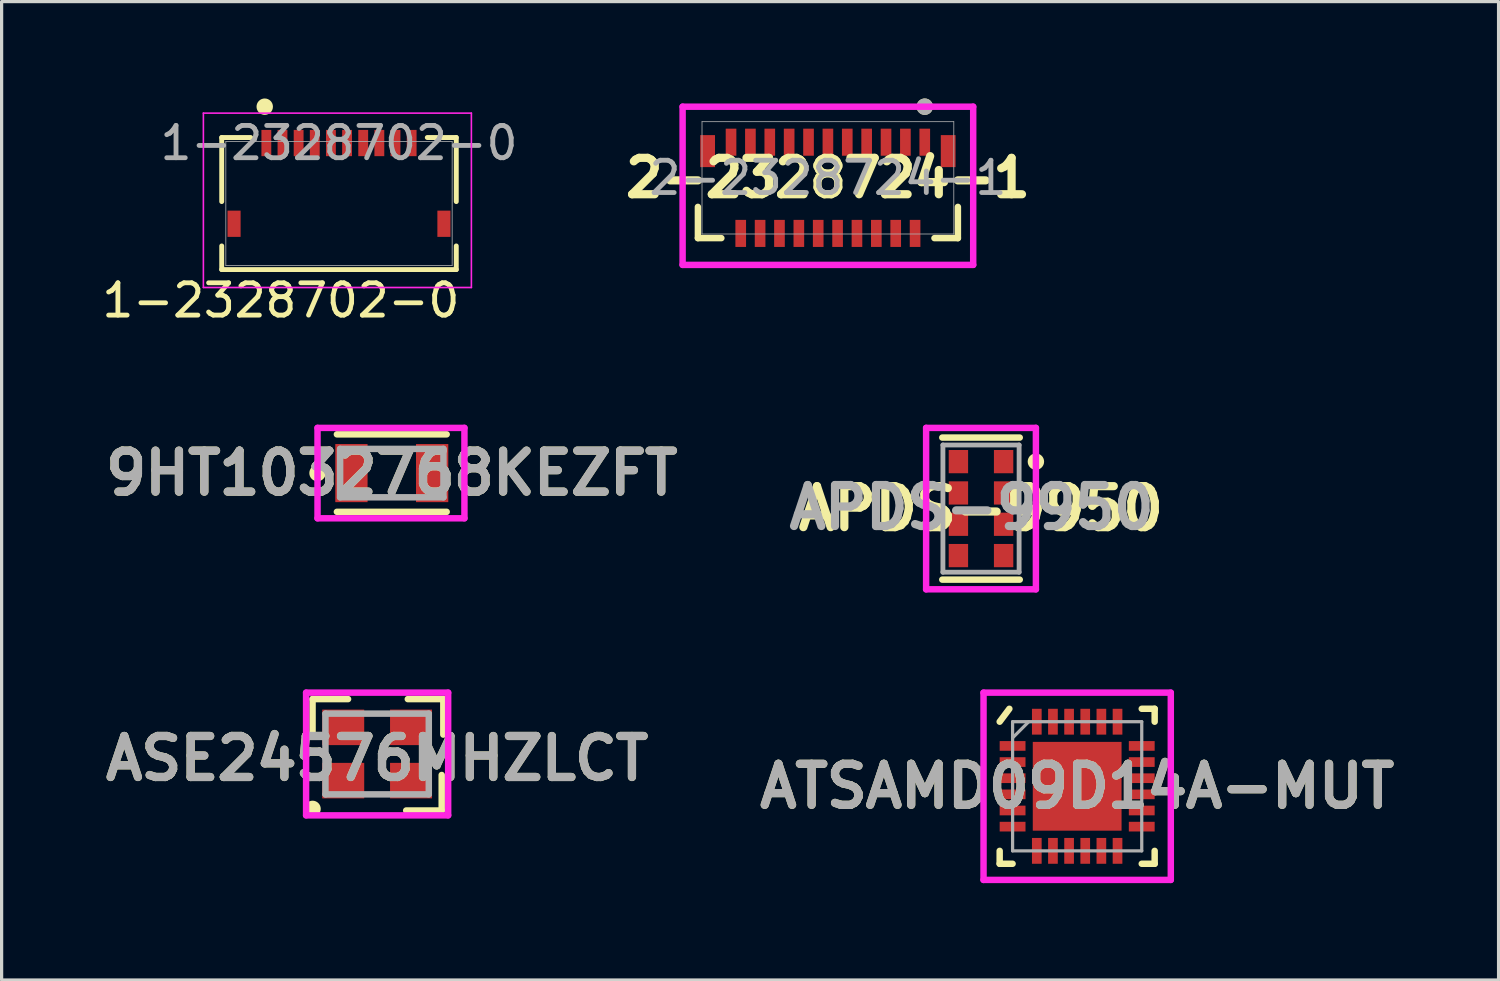
<source format=kicad_pcb>
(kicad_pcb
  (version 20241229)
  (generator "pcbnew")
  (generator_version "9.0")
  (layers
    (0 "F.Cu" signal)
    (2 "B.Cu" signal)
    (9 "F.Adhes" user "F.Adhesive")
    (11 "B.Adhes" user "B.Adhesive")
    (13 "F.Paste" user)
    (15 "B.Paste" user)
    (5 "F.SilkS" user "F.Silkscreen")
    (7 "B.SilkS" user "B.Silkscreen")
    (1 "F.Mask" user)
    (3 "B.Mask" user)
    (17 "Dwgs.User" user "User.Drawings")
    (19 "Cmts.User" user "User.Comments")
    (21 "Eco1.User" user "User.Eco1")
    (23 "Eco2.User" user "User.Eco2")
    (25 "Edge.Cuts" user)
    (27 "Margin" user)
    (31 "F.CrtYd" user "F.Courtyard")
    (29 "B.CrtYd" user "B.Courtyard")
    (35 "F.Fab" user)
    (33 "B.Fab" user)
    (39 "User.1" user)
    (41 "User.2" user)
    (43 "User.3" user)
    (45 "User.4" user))
  (footprint "ASE24576MHZLCT"
    (layer "F.Cu")
    (at 8.63 20.302)
    (property "Reference" "ASE24576MHZLCT" (at 0 0.138 0) (layer "F.SilkS") (effects (font (size 1.27 1.27) (thickness 0.254))))
    (attr smd)
    (fp_line (start -2 -1.7) (end -0.9 -1.7) (stroke (width 0.2) (type default)) (layer "F.SilkS"))
    (fp_line (start -2 -0.6) (end -2 -1.7) (stroke (width 0.2) (type default)) (layer "F.SilkS"))
    (fp_line (start 0.95 -1.7) (end 2.05 -1.7) (stroke (width 0.2) (type default)) (layer "F.SilkS"))
    (fp_line (start 2 0.65) (end 2 1.75) (stroke (width 0.2) (type default)) (layer "F.SilkS"))
    (fp_line (start 2 1.75) (end 0.9 1.75) (stroke (width 0.2) (type default)) (layer "F.SilkS"))
    (fp_line (start 2.05 -1.7) (end 2.05 -0.6) (stroke (width 0.2) (type default)) (layer "F.SilkS"))
    (fp_circle (center -2 1.7) (end -1.873 1.7) (stroke (width 0.254) (type solid)) (fill no) (layer "F.SilkS"))
    (fp_line (start -2.2 -1.9) (end 2.2 -1.9) (stroke (width 0.2) (type solid)) (layer "F.CrtYd"))
    (fp_line (start -2.2 1.9) (end -2.2 -1.9) (stroke (width 0.2) (type solid)) (layer "F.CrtYd"))
    (fp_line (start 2.2 -1.9) (end 2.2 1.9) (stroke (width 0.2) (type solid)) (layer "F.CrtYd"))
    (fp_line (start 2.2 1.9) (end -2.2 1.9) (stroke (width 0.2) (type solid)) (layer "F.CrtYd"))
    (fp_line (start -1.6 -1.25) (end 1.6 -1.25) (stroke (width 0.2) (type solid)) (layer "F.Fab"))
    (fp_line (start -1.6 1.25) (end -1.6 -1.25) (stroke (width 0.2) (type solid)) (layer "F.Fab"))
    (fp_line (start 1.6 -1.25) (end 1.6 1.25) (stroke (width 0.2) (type solid)) (layer "F.Fab"))
    (fp_line (start 1.6 1.25) (end -1.6 1.25) (stroke (width 0.2) (type solid)) (layer "F.Fab"))
    (fp_text user "${REFERENCE}" (at 0 0.138 0) (layer "F.Fab") (effects (font (size 1.27 1.27) (thickness 0.254))))
    (pad "1" smd rect (at -1.05 0.825 90) (size 1.1 1.3) (layers "F.Cu" "F.Mask" "F.Paste"))
    (pad "2" smd rect (at 1.05 0.825 90) (size 1.1 1.3) (layers "F.Cu" "F.Mask" "F.Paste"))
    (pad "3" smd rect (at 1.05 -0.825 90) (size 1.1 1.3) (layers "F.Cu" "F.Mask" "F.Paste"))
    (pad "4" smd rect (at -1.05 -0.825 90) (size 1.1 1.3) (layers "F.Cu" "F.Mask" "F.Paste")))
  (footprint "9HT1032768KEZFT"
    (layer "F.Cu")
    (at 9.084 11.602)
    (property "Reference" "9HT1032768KEZFT" (at 0 0 0) (layer "F.SilkS") (effects (font (size 1.27 1.27) (thickness 0.254))))
    (attr smd)
    (fp_line (start -1.7 -1.2) (end 1.7 -1.2) (stroke (width 0.2) (type solid)) (layer "F.SilkS"))
    (fp_line (start -1.7 1.2) (end 1.7 1.2) (stroke (width 0.2) (type solid)) (layer "F.SilkS"))
    (fp_circle (center -2.3 0) (end -2.173 0) (stroke (width 0.254) (type default)) (fill no) (layer "F.SilkS"))
    (fp_line (start -2.3 -1.4) (end 2.25 -1.4) (stroke (width 0.2) (type solid)) (layer "F.CrtYd"))
    (fp_line (start -2.3 1.4) (end -2.3 -1.4) (stroke (width 0.2) (type solid)) (layer "F.CrtYd"))
    (fp_line (start 2.25 -1.4) (end 2.25 1.4) (stroke (width 0.2) (type solid)) (layer "F.CrtYd"))
    (fp_line (start 2.25 1.4) (end -2.3 1.4) (stroke (width 0.2) (type solid)) (layer "F.CrtYd"))
    (fp_line (start -1.6 -0.75) (end 1.6 -0.75) (stroke (width 0.2) (type solid)) (layer "F.Fab"))
    (fp_line (start -1.6 0.75) (end -1.6 -0.75) (stroke (width 0.2) (type solid)) (layer "F.Fab"))
    (fp_line (start 1.6 -0.75) (end 1.6 0.75) (stroke (width 0.2) (type solid)) (layer "F.Fab"))
    (fp_line (start 1.6 0.75) (end -1.6 0.75) (stroke (width 0.2) (type solid)) (layer "F.Fab"))
    (fp_text user "${REFERENCE}" (at 0 0 0) (layer "F.Fab") (effects (font (size 1.27 1.27) (thickness 0.254))))
    (pad "1" smd rect (at -1.25 0) (size 1 1.8) (layers "F.Cu" "F.Mask" "F.Paste"))
    (pad "2" smd rect (at 1.25 0) (size 1 1.8) (layers "F.Cu" "F.Mask" "F.Paste")))
  (footprint "1-2328702-0"
    (layer "F.Cu")
    (at 7.449 3.254)
    (property "Reference" "1-2328702-0" (at -1.8 3 0) (unlocked yes) (layer "F.SilkS") (effects (font (size 1 1) (thickness 0.15))))
    (attr smd)
    (fp_line (start -3.632 -2.045) (end -3.632 -0.061) (stroke (width 0.152) (type solid)) (layer "F.SilkS"))
    (fp_line (start -3.632 1.313) (end -3.632 2.045) (stroke (width 0.152) (type solid)) (layer "F.SilkS"))
    (fp_line (start -3.632 2.045) (end 3.632 2.045) (stroke (width 0.152) (type solid)) (layer "F.SilkS"))
    (fp_line (start -2.735 -2.045) (end -3.632 -2.045) (stroke (width 0.152) (type solid)) (layer "F.SilkS"))
    (fp_line (start 3.632 -2.045) (end 2.735 -2.045) (stroke (width 0.152) (type solid)) (layer "F.SilkS"))
    (fp_line (start 3.632 -0.061) (end 3.632 -2.045) (stroke (width 0.152) (type solid)) (layer "F.SilkS"))
    (fp_line (start 3.632 2.045) (end 3.632 1.313) (stroke (width 0.152) (type solid)) (layer "F.SilkS"))
    (fp_circle (center -2.3 -3) (end -2.173 -3) (stroke (width 0.254) (type solid)) (fill no) (layer "F.SilkS"))
    (fp_line (start -4.2 -2.8) (end 4.1 -2.8) (stroke (width 0.05) (type default)) (layer "F.CrtYd"))
    (fp_line (start -4.2 2.6) (end -4.2 -2.8) (stroke (width 0.05) (type default)) (layer "F.CrtYd"))
    (fp_line (start 4.1 -2.8) (end 4.1 2.6) (stroke (width 0.05) (type default)) (layer "F.CrtYd"))
    (fp_line (start 4.1 2.6) (end -4.2 2.6) (stroke (width 0.05) (type default)) (layer "F.CrtYd"))
    (fp_line (start -3.505 -1.918) (end -3.505 1.918) (stroke (width 0.025) (type solid)) (layer "F.Fab"))
    (fp_line (start -3.505 1.918) (end 3.505 1.918) (stroke (width 0.025) (type solid)) (layer "F.Fab"))
    (fp_line (start 3.505 -1.918) (end -3.505 -1.918) (stroke (width 0.025) (type solid)) (layer "F.Fab"))
    (fp_line (start 3.505 1.918) (end 3.505 -1.918) (stroke (width 0.025) (type solid)) (layer "F.Fab"))
    (fp_text user "${REFERENCE}" (at 0 -1.874 0) (unlocked yes) (layer "F.Fab") (effects (font (size 1 1) (thickness 0.15))))
    (pad "1" smd rect (at -2.25 -1.874) (size 0.305 0.813) (layers "F.Cu" "F.Mask" "F.Paste"))
    (pad "2" smd rect (at -1.75 -1.874) (size 0.305 0.813) (layers "F.Cu" "F.Mask" "F.Paste"))
    (pad "3" smd rect (at -1.25 -1.874) (size 0.305 0.813) (layers "F.Cu" "F.Mask" "F.Paste"))
    (pad "4" smd rect (at -0.75 -1.874) (size 0.305 0.813) (layers "F.Cu" "F.Mask" "F.Paste"))
    (pad "5" smd rect (at -0.25 -1.874) (size 0.305 0.813) (layers "F.Cu" "F.Mask" "F.Paste"))
    (pad "6" smd rect (at 0.25 -1.874) (size 0.305 0.813) (layers "F.Cu" "F.Mask" "F.Paste"))
    (pad "7" smd rect (at 0.75 -1.874) (size 0.305 0.813) (layers "F.Cu" "F.Mask" "F.Paste"))
    (pad "8" smd rect (at 1.25 -1.874) (size 0.305 0.813) (layers "F.Cu" "F.Mask" "F.Paste"))
    (pad "9" smd rect (at 1.75 -1.874) (size 0.305 0.813) (layers "F.Cu" "F.Mask" "F.Paste"))
    (pad "10" smd rect (at 2.25 -1.874) (size 0.305 0.813) (layers "F.Cu" "F.Mask" "F.Paste"))
    (pad "11" smd rect (at -3.25 0.626) (size 0.406 0.813) (layers "F.Cu" "F.Mask" "F.Paste"))
    (pad "12" smd rect (at 3.25 0.626) (size 0.406 0.813) (layers "F.Cu" "F.Mask" "F.Paste")))
  (footprint "APDS-9950"
    (layer "F.Cu")
    (at 27.333 12.702)
    (property "Reference" "APDS-9950" (at 0 0 0) (layer "F.SilkS") (effects (font (size 1.27 1.27) (thickness 0.254))))
    (attr smd)
    (fp_line (start 1.2 -2.2) (end -1.2 -2.2) (stroke (width 0.2) (type default)) (layer "F.SilkS"))
    (fp_line (start 1.2 2.2) (end -1.2 2.2) (stroke (width 0.2) (type default)) (layer "F.SilkS"))
    (fp_circle (center 1.7 -1.455) (end 1.827 -1.455) (stroke (width 0.254) (type solid)) (fill no) (layer "F.SilkS"))
    (fp_line (start -1.7 -2.5) (end -1.7 2.5) (stroke (width 0.2) (type default)) (layer "F.CrtYd"))
    (fp_line (start -1.7 -2.5) (end 1.7 -2.5) (stroke (width 0.2) (type default)) (layer "F.CrtYd"))
    (fp_line (start -1.7 2.5) (end 1.7 2.5) (stroke (width 0.2) (type default)) (layer "F.CrtYd"))
    (fp_line (start 1.7 -2.5) (end 1.7 2.5) (stroke (width 0.2) (type default)) (layer "F.CrtYd"))
    (fp_line (start -1.18 -1.97) (end 1.18 -1.97) (stroke (width 0.15) (type solid)) (layer "F.Fab"))
    (fp_line (start -1.18 1.97) (end -1.18 -1.97) (stroke (width 0.15) (type solid)) (layer "F.Fab"))
    (fp_line (start 1.18 -1.97) (end 1.18 1.97) (stroke (width 0.15) (type solid)) (layer "F.Fab"))
    (fp_line (start 1.18 1.97) (end -1.18 1.97) (stroke (width 0.15) (type solid)) (layer "F.Fab"))
    (fp_text user "${REFERENCE}" (at -0.288 -0.035 0) (layer "F.Fab") (effects (font (size 1.27 1.27) (thickness 0.254))))
    (pad "1" smd rect (at 0.7 -1.455) (size 0.6 0.72) (layers "F.Cu" "F.Mask" "F.Paste"))
    (pad "2" smd rect (at 0.7 -0.485) (size 0.6 0.72) (layers "F.Cu" "F.Mask" "F.Paste"))
    (pad "3" smd rect (at 0.7 0.485) (size 0.6 0.72) (layers "F.Cu" "F.Mask" "F.Paste"))
    (pad "4" smd rect (at 0.7 1.455) (size 0.6 0.72) (layers "F.Cu" "F.Mask" "F.Paste"))
    (pad "5" smd rect (at -0.7 1.455) (size 0.6 0.72) (layers "F.Cu" "F.Mask" "F.Paste"))
    (pad "6" smd rect (at -0.7 0.485) (size 0.6 0.72) (layers "F.Cu" "F.Mask" "F.Paste"))
    (pad "7" smd rect (at -0.7 -0.485) (size 0.6 0.72) (layers "F.Cu" "F.Mask" "F.Paste"))
    (pad "8" smd rect (at -0.7 -1.455) (size 0.6 0.72) (layers "F.Cu" "F.Mask" "F.Paste")))
  (footprint "2-2328724-1"
    (layer "F.Cu")
    (at 22.591 2.458)
    (property "Reference" "2-2328724-1" (at 0 0 0) (unlocked yes) (layer "F.SilkS") (effects (font (size 1.127 1.127) (thickness 0.254) (bold yes))))
    (attr smd)
    (fp_line (start -4.026 0.9) (end -4.026 1.867) (stroke (width 0.2) (type solid)) (layer "F.SilkS"))
    (fp_line (start -4.026 1.867) (end -3.3 1.867) (stroke (width 0.2) (type solid)) (layer "F.SilkS"))
    (fp_line (start 3.3 1.867) (end 4.026 1.867) (stroke (width 0.2) (type solid)) (layer "F.SilkS"))
    (fp_line (start 4.026 1.867) (end 4.026 0.9) (stroke (width 0.2) (type solid)) (layer "F.SilkS"))
    (fp_circle (center 3 -2.204) (end 2.873 -2.204) (stroke (width 0.254) (type solid)) (fill no) (layer "F.SilkS"))
    (fp_line (start -4.5 -2.204) (end 4.5 -2.204) (stroke (width 0.2) (type default)) (layer "F.CrtYd"))
    (fp_line (start -4.5 2.696) (end -4.5 -2.204) (stroke (width 0.2) (type default)) (layer "F.CrtYd"))
    (fp_line (start 4.5 -2.204) (end 4.5 2.696) (stroke (width 0.2) (type default)) (layer "F.CrtYd"))
    (fp_line (start 4.5 2.696) (end -4.5 2.696) (stroke (width 0.2) (type default)) (layer "F.CrtYd"))
    (fp_line (start -3.899 -1.74) (end -3.899 1.74) (stroke (width 0.025) (type solid)) (layer "F.Fab"))
    (fp_line (start -3.899 1.74) (end 3.899 1.74) (stroke (width 0.025) (type solid)) (layer "F.Fab"))
    (fp_line (start 3.899 -1.74) (end -3.899 -1.74) (stroke (width 0.025) (type solid)) (layer "F.Fab"))
    (fp_line (start 3.899 1.74) (end 3.899 -1.74) (stroke (width 0.025) (type solid)) (layer "F.Fab"))
    (fp_circle (center 3 -2.204) (end 3.127 -2.204) (stroke (width 0.254) (type solid)) (fill no) (layer "F.Fab"))
    (fp_text user "${REFERENCE}" (at 0 0 0) (unlocked yes) (layer "F.Fab") (effects (font (size 1 1) (thickness 0.15))))
    (pad "1" smd rect (at 3 -1.104 180) (size 0.33 0.838) (layers "F.Cu" "F.Mask" "F.Paste"))
    (pad "2" smd rect (at 2.7 1.721 180) (size 0.33 0.838) (layers "F.Cu" "F.Mask" "F.Paste"))
    (pad "3" smd rect (at 2.4 -1.104 180) (size 0.33 0.838) (layers "F.Cu" "F.Mask" "F.Paste"))
    (pad "4" smd rect (at 2.1 1.721 180) (size 0.33 0.838) (layers "F.Cu" "F.Mask" "F.Paste"))
    (pad "5" smd rect (at 1.8 -1.104 180) (size 0.33 0.838) (layers "F.Cu" "F.Mask" "F.Paste"))
    (pad "6" smd rect (at 1.5 1.721 180) (size 0.33 0.838) (layers "F.Cu" "F.Mask" "F.Paste"))
    (pad "7" smd rect (at 1.2 -1.104 180) (size 0.33 0.838) (layers "F.Cu" "F.Mask" "F.Paste"))
    (pad "8" smd rect (at 0.9 1.721 180) (size 0.33 0.838) (layers "F.Cu" "F.Mask" "F.Paste"))
    (pad "9" smd rect (at 0.6 -1.104 180) (size 0.33 0.838) (layers "F.Cu" "F.Mask" "F.Paste"))
    (pad "10" smd rect (at 0.3 1.721 180) (size 0.33 0.838) (layers "F.Cu" "F.Mask" "F.Paste"))
    (pad "11" smd rect (at 0 -1.104 180) (size 0.33 0.838) (layers "F.Cu" "F.Mask" "F.Paste"))
    (pad "12" smd rect (at -0.3 1.721 180) (size 0.33 0.838) (layers "F.Cu" "F.Mask" "F.Paste"))
    (pad "13" smd rect (at -0.6 -1.104 180) (size 0.33 0.838) (layers "F.Cu" "F.Mask" "F.Paste"))
    (pad "14" smd rect (at -0.9 1.721 180) (size 0.33 0.838) (layers "F.Cu" "F.Mask" "F.Paste"))
    (pad "15" smd rect (at -1.2 -1.104 180) (size 0.33 0.838) (layers "F.Cu" "F.Mask" "F.Paste"))
    (pad "16" smd rect (at -1.5 1.721 180) (size 0.33 0.838) (layers "F.Cu" "F.Mask" "F.Paste"))
    (pad "17" smd rect (at -1.8 -1.104 180) (size 0.33 0.838) (layers "F.Cu" "F.Mask" "F.Paste"))
    (pad "18" smd rect (at -2.1 1.721 180) (size 0.33 0.838) (layers "F.Cu" "F.Mask" "F.Paste"))
    (pad "19" smd rect (at -2.4 -1.104 180) (size 0.33 0.838) (layers "F.Cu" "F.Mask" "F.Paste"))
    (pad "20" smd rect (at -2.7 1.721 180) (size 0.33 0.838) (layers "F.Cu" "F.Mask" "F.Paste"))
    (pad "21" smd rect (at -3 -1.104 180) (size 0.33 0.838) (layers "F.Cu" "F.Mask" "F.Paste"))
    (pad "22" smd rect (at 3.725 -0.828 180) (size 0.457 0.991) (layers "F.Cu" "F.Mask" "F.Paste"))
    (pad "23" smd rect (at -3.725 -0.828 180) (size 0.457 0.991) (layers "F.Cu" "F.Mask" "F.Paste")))
  (footprint "ATSAMD09D14A-MUT"
    (layer "F.Cu")
    (at 30.311 21.302)
    (property "Reference" "ATSAMD09D14A-MUT" (at 0 0 0) (layer "F.SilkS") (effects (font (size 1.27 1.27) (thickness 0.254))))
    (attr smd)
    (fp_line (start -2.4 -2) (end -2.1 -2.4) (stroke (width 0.2) (type default)) (layer "F.SilkS"))
    (fp_line (start -2.4 2.4) (end -2.4 2) (stroke (width 0.2) (type default)) (layer "F.SilkS"))
    (fp_line (start -2 2.4) (end -2.4 2.4) (stroke (width 0.2) (type default)) (layer "F.SilkS"))
    (fp_line (start 2 -2.4) (end 2.4 -2.4) (stroke (width 0.2) (type default)) (layer "F.SilkS"))
    (fp_line (start 2.4 -2.4) (end 2.4 -2) (stroke (width 0.2) (type default)) (layer "F.SilkS"))
    (fp_line (start 2.4 2) (end 2.4 2.4) (stroke (width 0.2) (type default)) (layer "F.SilkS"))
    (fp_line (start 2.4 2.4) (end 2 2.4) (stroke (width 0.2) (type default)) (layer "F.SilkS"))
    (fp_line (start -2.9 -2.9) (end -2.9 2.9) (stroke (width 0.2) (type default)) (layer "F.CrtYd"))
    (fp_line (start -2.9 2.9) (end 2.9 2.9) (stroke (width 0.2) (type default)) (layer "F.CrtYd"))
    (fp_line (start 2.9 -2.9) (end -2.9 -2.9) (stroke (width 0.2) (type default)) (layer "F.CrtYd"))
    (fp_line (start 2.9 2.9) (end 2.9 -2.9) (stroke (width 0.2) (type default)) (layer "F.CrtYd"))
    (fp_line (start -2 -2) (end 2 -2) (stroke (width 0.1) (type solid)) (layer "F.Fab"))
    (fp_line (start -2 -1.5) (end -1.5 -2) (stroke (width 0.1) (type solid)) (layer "F.Fab"))
    (fp_line (start -2 2) (end -2 -2) (stroke (width 0.1) (type solid)) (layer "F.Fab"))
    (fp_line (start 2 -2) (end 2 2) (stroke (width 0.1) (type solid)) (layer "F.Fab"))
    (fp_line (start 2 2) (end -2 2) (stroke (width 0.1) (type solid)) (layer "F.Fab"))
    (fp_text user "${REFERENCE}" (at 0 0 0) (layer "F.Fab") (effects (font (size 1.27 1.27) (thickness 0.254))))
    (pad "1" smd rect (at -2 -1.25 90) (size 0.3 0.8) (layers "F.Cu" "F.Mask" "F.Paste"))
    (pad "2" smd rect (at -2 -0.75 90) (size 0.3 0.8) (layers "F.Cu" "F.Mask" "F.Paste"))
    (pad "3" smd rect (at -2 -0.25 90) (size 0.3 0.8) (layers "F.Cu" "F.Mask" "F.Paste"))
    (pad "4" smd rect (at -2 0.25 90) (size 0.3 0.8) (layers "F.Cu" "F.Mask" "F.Paste"))
    (pad "5" smd rect (at -2 0.75 90) (size 0.3 0.8) (layers "F.Cu" "F.Mask" "F.Paste"))
    (pad "6" smd rect (at -2 1.25 90) (size 0.3 0.8) (layers "F.Cu" "F.Mask" "F.Paste"))
    (pad "7" smd rect (at -1.25 2) (size 0.3 0.8) (layers "F.Cu" "F.Mask" "F.Paste"))
    (pad "8" smd rect (at -0.75 2) (size 0.3 0.8) (layers "F.Cu" "F.Mask" "F.Paste"))
    (pad "9" smd rect (at -0.25 2) (size 0.3 0.8) (layers "F.Cu" "F.Mask" "F.Paste"))
    (pad "10" smd rect (at 0.25 2) (size 0.3 0.8) (layers "F.Cu" "F.Mask" "F.Paste"))
    (pad "11" smd rect (at 0.75 2) (size 0.3 0.8) (layers "F.Cu" "F.Mask" "F.Paste"))
    (pad "12" smd rect (at 1.25 2) (size 0.3 0.8) (layers "F.Cu" "F.Mask" "F.Paste"))
    (pad "13" smd rect (at 2 1.25 90) (size 0.3 0.8) (layers "F.Cu" "F.Mask" "F.Paste"))
    (pad "14" smd rect (at 2 0.75 90) (size 0.3 0.8) (layers "F.Cu" "F.Mask" "F.Paste"))
    (pad "15" smd rect (at 2 0.25 90) (size 0.3 0.8) (layers "F.Cu" "F.Mask" "F.Paste"))
    (pad "16" smd rect (at 2 -0.25 90) (size 0.3 0.8) (layers "F.Cu" "F.Mask" "F.Paste"))
    (pad "17" smd rect (at 2 -0.75 90) (size 0.3 0.8) (layers "F.Cu" "F.Mask" "F.Paste"))
    (pad "18" smd rect (at 2 -1.25 90) (size 0.3 0.8) (layers "F.Cu" "F.Mask" "F.Paste"))
    (pad "19" smd rect (at 1.25 -2) (size 0.3 0.8) (layers "F.Cu" "F.Mask" "F.Paste"))
    (pad "20" smd rect (at 0.75 -2) (size 0.3 0.8) (layers "F.Cu" "F.Mask" "F.Paste"))
    (pad "21" smd rect (at 0.25 -2) (size 0.3 0.8) (layers "F.Cu" "F.Mask" "F.Paste"))
    (pad "22" smd rect (at -0.25 -2) (size 0.3 0.8) (layers "F.Cu" "F.Mask" "F.Paste"))
    (pad "23" smd rect (at -0.75 -2) (size 0.3 0.8) (layers "F.Cu" "F.Mask" "F.Paste"))
    (pad "24" smd rect (at -1.25 -2) (size 0.3 0.8) (layers "F.Cu" "F.Mask" "F.Paste"))
    (pad "25" smd rect (at 0 0) (size 2.75 2.75) (layers "F.Cu" "F.Mask" "F.Paste")))
  (gr_rect
    (start -3 -3)
    (end 43.362 27.302)
    (stroke (width 0.1) (type default))
    (fill no)
    (layer "Edge.Cuts")))
</source>
